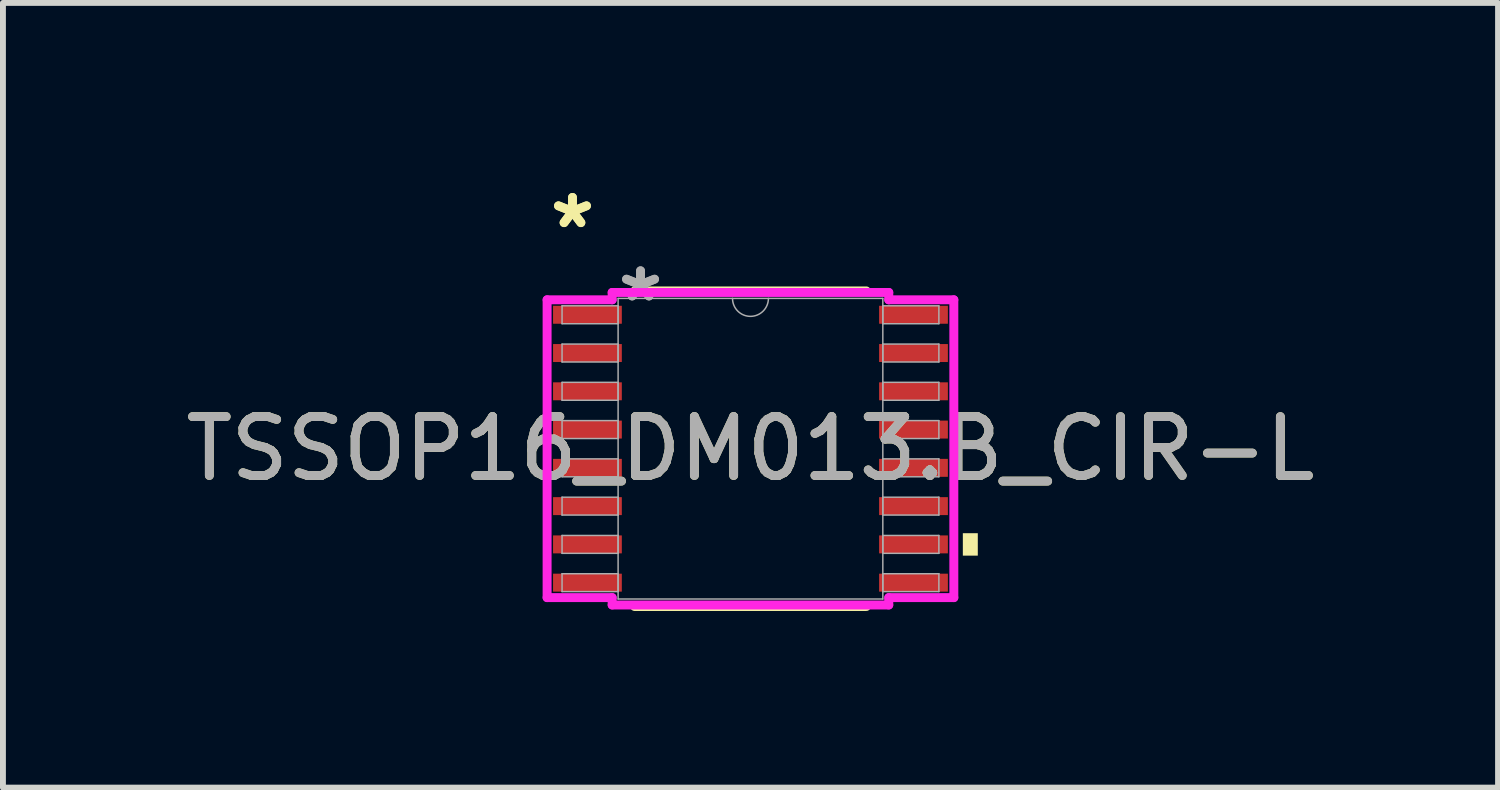
<source format=kicad_pcb>
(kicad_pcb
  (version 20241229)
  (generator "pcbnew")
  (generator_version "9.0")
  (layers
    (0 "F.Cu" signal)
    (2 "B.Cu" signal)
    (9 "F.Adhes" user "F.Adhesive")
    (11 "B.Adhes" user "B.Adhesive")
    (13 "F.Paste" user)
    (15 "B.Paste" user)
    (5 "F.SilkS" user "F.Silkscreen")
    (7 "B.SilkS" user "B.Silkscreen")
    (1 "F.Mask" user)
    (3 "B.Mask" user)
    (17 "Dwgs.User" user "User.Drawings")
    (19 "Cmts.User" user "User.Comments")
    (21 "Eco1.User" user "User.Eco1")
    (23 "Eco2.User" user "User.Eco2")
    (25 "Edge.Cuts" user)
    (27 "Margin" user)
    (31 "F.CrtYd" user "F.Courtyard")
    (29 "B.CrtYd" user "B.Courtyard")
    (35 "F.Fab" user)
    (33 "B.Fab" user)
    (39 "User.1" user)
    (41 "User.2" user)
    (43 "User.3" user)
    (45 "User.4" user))
  (footprint "TSSOP16_DM013.B_CIR-L"
    (layer "F.Cu")
    (at 9.696 4.571)
    (property "Reference" "TSSOP16_DM013.B_CIR-L" (at 0 0 0) (unlocked yes) (layer "F.SilkS") (effects (font (size 1 1) (thickness 0.15))))
    (attr smd)
    (fp_line (start -1.967 2.68) (end 1.967 2.68) (stroke (width 0.152) (type solid)) (layer "F.SilkS"))
    (fp_line (start 1.967 -2.68) (end -1.967 -2.68) (stroke (width 0.152) (type solid)) (layer "F.SilkS"))
    (fp_poly (pts (xy 3.861 1.435) (xy 3.861 1.816) (xy 3.607 1.816) (xy 3.607 1.435)) (stroke (width 0) (type solid)) (fill yes) (layer "F.SilkS"))
    (fp_line (start -3.454 -2.529) (end -2.349 -2.529) (stroke (width 0.152) (type solid)) (layer "F.CrtYd"))
    (fp_line (start -3.454 2.529) (end -3.454 -2.529) (stroke (width 0.152) (type solid)) (layer "F.CrtYd"))
    (fp_line (start -3.454 2.529) (end -2.349 2.529) (stroke (width 0.152) (type solid)) (layer "F.CrtYd"))
    (fp_line (start -2.349 -2.654) (end 2.349 -2.654) (stroke (width 0.152) (type solid)) (layer "F.CrtYd"))
    (fp_line (start -2.349 -2.529) (end -2.349 -2.654) (stroke (width 0.152) (type solid)) (layer "F.CrtYd"))
    (fp_line (start -2.349 2.654) (end -2.349 2.529) (stroke (width 0.152) (type solid)) (layer "F.CrtYd"))
    (fp_line (start 2.349 -2.654) (end 2.349 -2.529) (stroke (width 0.152) (type solid)) (layer "F.CrtYd"))
    (fp_line (start 2.349 2.529) (end 2.349 2.654) (stroke (width 0.152) (type solid)) (layer "F.CrtYd"))
    (fp_line (start 2.349 2.654) (end -2.349 2.654) (stroke (width 0.152) (type solid)) (layer "F.CrtYd"))
    (fp_line (start 3.454 -2.529) (end 2.349 -2.529) (stroke (width 0.152) (type solid)) (layer "F.CrtYd"))
    (fp_line (start 3.454 -2.529) (end 3.454 2.529) (stroke (width 0.152) (type solid)) (layer "F.CrtYd"))
    (fp_line (start 3.454 2.529) (end 2.349 2.529) (stroke (width 0.152) (type solid)) (layer "F.CrtYd"))
    (fp_line (start -3.2 -2.427) (end -3.2 -2.123) (stroke (width 0.025) (type solid)) (layer "F.Fab"))
    (fp_line (start -3.2 -2.123) (end -2.248 -2.123) (stroke (width 0.025) (type solid)) (layer "F.Fab"))
    (fp_line (start -3.2 -1.777) (end -3.2 -1.473) (stroke (width 0.025) (type solid)) (layer "F.Fab"))
    (fp_line (start -3.2 -1.473) (end -2.248 -1.473) (stroke (width 0.025) (type solid)) (layer "F.Fab"))
    (fp_line (start -3.2 -1.127) (end -3.2 -0.823) (stroke (width 0.025) (type solid)) (layer "F.Fab"))
    (fp_line (start -3.2 -0.823) (end -2.248 -0.823) (stroke (width 0.025) (type solid)) (layer "F.Fab"))
    (fp_line (start -3.2 -0.477) (end -3.2 -0.173) (stroke (width 0.025) (type solid)) (layer "F.Fab"))
    (fp_line (start -3.2 -0.173) (end -2.248 -0.173) (stroke (width 0.025) (type solid)) (layer "F.Fab"))
    (fp_line (start -3.2 0.173) (end -3.2 0.477) (stroke (width 0.025) (type solid)) (layer "F.Fab"))
    (fp_line (start -3.2 0.477) (end -2.248 0.477) (stroke (width 0.025) (type solid)) (layer "F.Fab"))
    (fp_line (start -3.2 0.823) (end -3.2 1.127) (stroke (width 0.025) (type solid)) (layer "F.Fab"))
    (fp_line (start -3.2 1.127) (end -2.248 1.127) (stroke (width 0.025) (type solid)) (layer "F.Fab"))
    (fp_line (start -3.2 1.473) (end -3.2 1.777) (stroke (width 0.025) (type solid)) (layer "F.Fab"))
    (fp_line (start -3.2 1.777) (end -2.248 1.777) (stroke (width 0.025) (type solid)) (layer "F.Fab"))
    (fp_line (start -3.2 2.123) (end -3.2 2.427) (stroke (width 0.025) (type solid)) (layer "F.Fab"))
    (fp_line (start -3.2 2.427) (end -2.248 2.427) (stroke (width 0.025) (type solid)) (layer "F.Fab"))
    (fp_line (start -2.248 -2.553) (end -2.248 2.553) (stroke (width 0.025) (type solid)) (layer "F.Fab"))
    (fp_line (start -2.248 -2.427) (end -3.2 -2.427) (stroke (width 0.025) (type solid)) (layer "F.Fab"))
    (fp_line (start -2.248 -2.123) (end -2.248 -2.427) (stroke (width 0.025) (type solid)) (layer "F.Fab"))
    (fp_line (start -2.248 -1.777) (end -3.2 -1.777) (stroke (width 0.025) (type solid)) (layer "F.Fab"))
    (fp_line (start -2.248 -1.473) (end -2.248 -1.777) (stroke (width 0.025) (type solid)) (layer "F.Fab"))
    (fp_line (start -2.248 -1.127) (end -3.2 -1.127) (stroke (width 0.025) (type solid)) (layer "F.Fab"))
    (fp_line (start -2.248 -0.823) (end -2.248 -1.127) (stroke (width 0.025) (type solid)) (layer "F.Fab"))
    (fp_line (start -2.248 -0.477) (end -3.2 -0.477) (stroke (width 0.025) (type solid)) (layer "F.Fab"))
    (fp_line (start -2.248 -0.173) (end -2.248 -0.477) (stroke (width 0.025) (type solid)) (layer "F.Fab"))
    (fp_line (start -2.248 0.173) (end -3.2 0.173) (stroke (width 0.025) (type solid)) (layer "F.Fab"))
    (fp_line (start -2.248 0.477) (end -2.248 0.173) (stroke (width 0.025) (type solid)) (layer "F.Fab"))
    (fp_line (start -2.248 0.823) (end -3.2 0.823) (stroke (width 0.025) (type solid)) (layer "F.Fab"))
    (fp_line (start -2.248 1.127) (end -2.248 0.823) (stroke (width 0.025) (type solid)) (layer "F.Fab"))
    (fp_line (start -2.248 1.473) (end -3.2 1.473) (stroke (width 0.025) (type solid)) (layer "F.Fab"))
    (fp_line (start -2.248 1.777) (end -2.248 1.473) (stroke (width 0.025) (type solid)) (layer "F.Fab"))
    (fp_line (start -2.248 2.123) (end -3.2 2.123) (stroke (width 0.025) (type solid)) (layer "F.Fab"))
    (fp_line (start -2.248 2.427) (end -2.248 2.123) (stroke (width 0.025) (type solid)) (layer "F.Fab"))
    (fp_line (start -2.248 2.553) (end 2.248 2.553) (stroke (width 0.025) (type solid)) (layer "F.Fab"))
    (fp_line (start 2.248 -2.553) (end -2.248 -2.553) (stroke (width 0.025) (type solid)) (layer "F.Fab"))
    (fp_line (start 2.248 -2.427) (end 2.248 -2.123) (stroke (width 0.025) (type solid)) (layer "F.Fab"))
    (fp_line (start 2.248 -2.123) (end 3.2 -2.123) (stroke (width 0.025) (type solid)) (layer "F.Fab"))
    (fp_line (start 2.248 -1.777) (end 2.248 -1.473) (stroke (width 0.025) (type solid)) (layer "F.Fab"))
    (fp_line (start 2.248 -1.473) (end 3.2 -1.473) (stroke (width 0.025) (type solid)) (layer "F.Fab"))
    (fp_line (start 2.248 -1.127) (end 2.248 -0.823) (stroke (width 0.025) (type solid)) (layer "F.Fab"))
    (fp_line (start 2.248 -0.823) (end 3.2 -0.823) (stroke (width 0.025) (type solid)) (layer "F.Fab"))
    (fp_line (start 2.248 -0.477) (end 2.248 -0.173) (stroke (width 0.025) (type solid)) (layer "F.Fab"))
    (fp_line (start 2.248 -0.173) (end 3.2 -0.173) (stroke (width 0.025) (type solid)) (layer "F.Fab"))
    (fp_line (start 2.248 0.173) (end 2.248 0.477) (stroke (width 0.025) (type solid)) (layer "F.Fab"))
    (fp_line (start 2.248 0.477) (end 3.2 0.477) (stroke (width 0.025) (type solid)) (layer "F.Fab"))
    (fp_line (start 2.248 0.823) (end 2.248 1.127) (stroke (width 0.025) (type solid)) (layer "F.Fab"))
    (fp_line (start 2.248 1.127) (end 3.2 1.127) (stroke (width 0.025) (type solid)) (layer "F.Fab"))
    (fp_line (start 2.248 1.473) (end 2.248 1.777) (stroke (width 0.025) (type solid)) (layer "F.Fab"))
    (fp_line (start 2.248 1.777) (end 3.2 1.777) (stroke (width 0.025) (type solid)) (layer "F.Fab"))
    (fp_line (start 2.248 2.123) (end 2.248 2.427) (stroke (width 0.025) (type solid)) (layer "F.Fab"))
    (fp_line (start 2.248 2.427) (end 3.2 2.427) (stroke (width 0.025) (type solid)) (layer "F.Fab"))
    (fp_line (start 2.248 2.553) (end 2.248 -2.553) (stroke (width 0.025) (type solid)) (layer "F.Fab"))
    (fp_line (start 3.2 -2.427) (end 2.248 -2.427) (stroke (width 0.025) (type solid)) (layer "F.Fab"))
    (fp_line (start 3.2 -2.123) (end 3.2 -2.427) (stroke (width 0.025) (type solid)) (layer "F.Fab"))
    (fp_line (start 3.2 -1.777) (end 2.248 -1.777) (stroke (width 0.025) (type solid)) (layer "F.Fab"))
    (fp_line (start 3.2 -1.473) (end 3.2 -1.777) (stroke (width 0.025) (type solid)) (layer "F.Fab"))
    (fp_line (start 3.2 -1.127) (end 2.248 -1.127) (stroke (width 0.025) (type solid)) (layer "F.Fab"))
    (fp_line (start 3.2 -0.823) (end 3.2 -1.127) (stroke (width 0.025) (type solid)) (layer "F.Fab"))
    (fp_line (start 3.2 -0.477) (end 2.248 -0.477) (stroke (width 0.025) (type solid)) (layer "F.Fab"))
    (fp_line (start 3.2 -0.173) (end 3.2 -0.477) (stroke (width 0.025) (type solid)) (layer "F.Fab"))
    (fp_line (start 3.2 0.173) (end 2.248 0.173) (stroke (width 0.025) (type solid)) (layer "F.Fab"))
    (fp_line (start 3.2 0.477) (end 3.2 0.173) (stroke (width 0.025) (type solid)) (layer "F.Fab"))
    (fp_line (start 3.2 0.823) (end 2.248 0.823) (stroke (width 0.025) (type solid)) (layer "F.Fab"))
    (fp_line (start 3.2 1.127) (end 3.2 0.823) (stroke (width 0.025) (type solid)) (layer "F.Fab"))
    (fp_line (start 3.2 1.473) (end 2.248 1.473) (stroke (width 0.025) (type solid)) (layer "F.Fab"))
    (fp_line (start 3.2 1.777) (end 3.2 1.473) (stroke (width 0.025) (type solid)) (layer "F.Fab"))
    (fp_line (start 3.2 2.123) (end 2.248 2.123) (stroke (width 0.025) (type solid)) (layer "F.Fab"))
    (fp_line (start 3.2 2.427) (end 3.2 2.123) (stroke (width 0.025) (type solid)) (layer "F.Fab"))
    (fp_arc (start 0.3048 -2.5527) (mid 0 -2.2479) (end -0.3048 -2.5527) (stroke (width 0.0254) (type solid)) (layer "F.Fab"))
    (fp_text user "*" (at -3.023 -3.723 0) (unlocked yes) (layer "F.SilkS") (effects (font (size 1 1) (thickness 0.15))))
    (fp_text user "*" (at -3.023 -3.723 0) (layer "F.SilkS") (effects (font (size 1 1) (thickness 0.15))))
    (fp_text user "*" (at -1.867 -2.477 0) (layer "F.Fab") (effects (font (size 1 1) (thickness 0.15))))
    (fp_text user "${REFERENCE}" (at 0 0 0) (unlocked yes) (layer "F.Fab") (effects (font (size 1 1) (thickness 0.15))))
    (fp_text user "*" (at -1.867 -2.477 0) (unlocked yes) (layer "F.Fab") (effects (font (size 1 1) (thickness 0.15))))
    (pad "1" smd rect (at -2.769 -2.275) (size 1.168 0.305) (layers "F.Cu" "F.Mask" "F.Paste"))
    (pad "2" smd rect (at -2.769 -1.625) (size 1.168 0.305) (layers "F.Cu" "F.Mask" "F.Paste"))
    (pad "3" smd rect (at -2.769 -0.975) (size 1.168 0.305) (layers "F.Cu" "F.Mask" "F.Paste"))
    (pad "4" smd rect (at -2.769 -0.325) (size 1.168 0.305) (layers "F.Cu" "F.Mask" "F.Paste"))
    (pad "5" smd rect (at -2.769 0.325) (size 1.168 0.305) (layers "F.Cu" "F.Mask" "F.Paste"))
    (pad "6" smd rect (at -2.769 0.975) (size 1.168 0.305) (layers "F.Cu" "F.Mask" "F.Paste"))
    (pad "7" smd rect (at -2.769 1.625) (size 1.168 0.305) (layers "F.Cu" "F.Mask" "F.Paste"))
    (pad "8" smd rect (at -2.769 2.275) (size 1.168 0.305) (layers "F.Cu" "F.Mask" "F.Paste"))
    (pad "9" smd rect (at 2.769 2.275) (size 1.168 0.305) (layers "F.Cu" "F.Mask" "F.Paste"))
    (pad "10" smd rect (at 2.769 1.625) (size 1.168 0.305) (layers "F.Cu" "F.Mask" "F.Paste"))
    (pad "11" smd rect (at 2.769 0.975) (size 1.168 0.305) (layers "F.Cu" "F.Mask" "F.Paste"))
    (pad "12" smd rect (at 2.769 0.325) (size 1.168 0.305) (layers "F.Cu" "F.Mask" "F.Paste"))
    (pad "13" smd rect (at 2.769 -0.325) (size 1.168 0.305) (layers "F.Cu" "F.Mask" "F.Paste"))
    (pad "14" smd rect (at 2.769 -0.975) (size 1.168 0.305) (layers "F.Cu" "F.Mask" "F.Paste"))
    (pad "15" smd rect (at 2.769 -1.625) (size 1.168 0.305) (layers "F.Cu" "F.Mask" "F.Paste"))
    (pad "16" smd rect (at 2.769 -2.275) (size 1.168 0.305) (layers "F.Cu" "F.Mask" "F.Paste")))
  (gr_rect
    (start -3 -3)
    (end 22.393 10.327)
    (stroke (width 0.1) (type default))
    (fill no)
    (layer "Edge.Cuts")))
</source>
